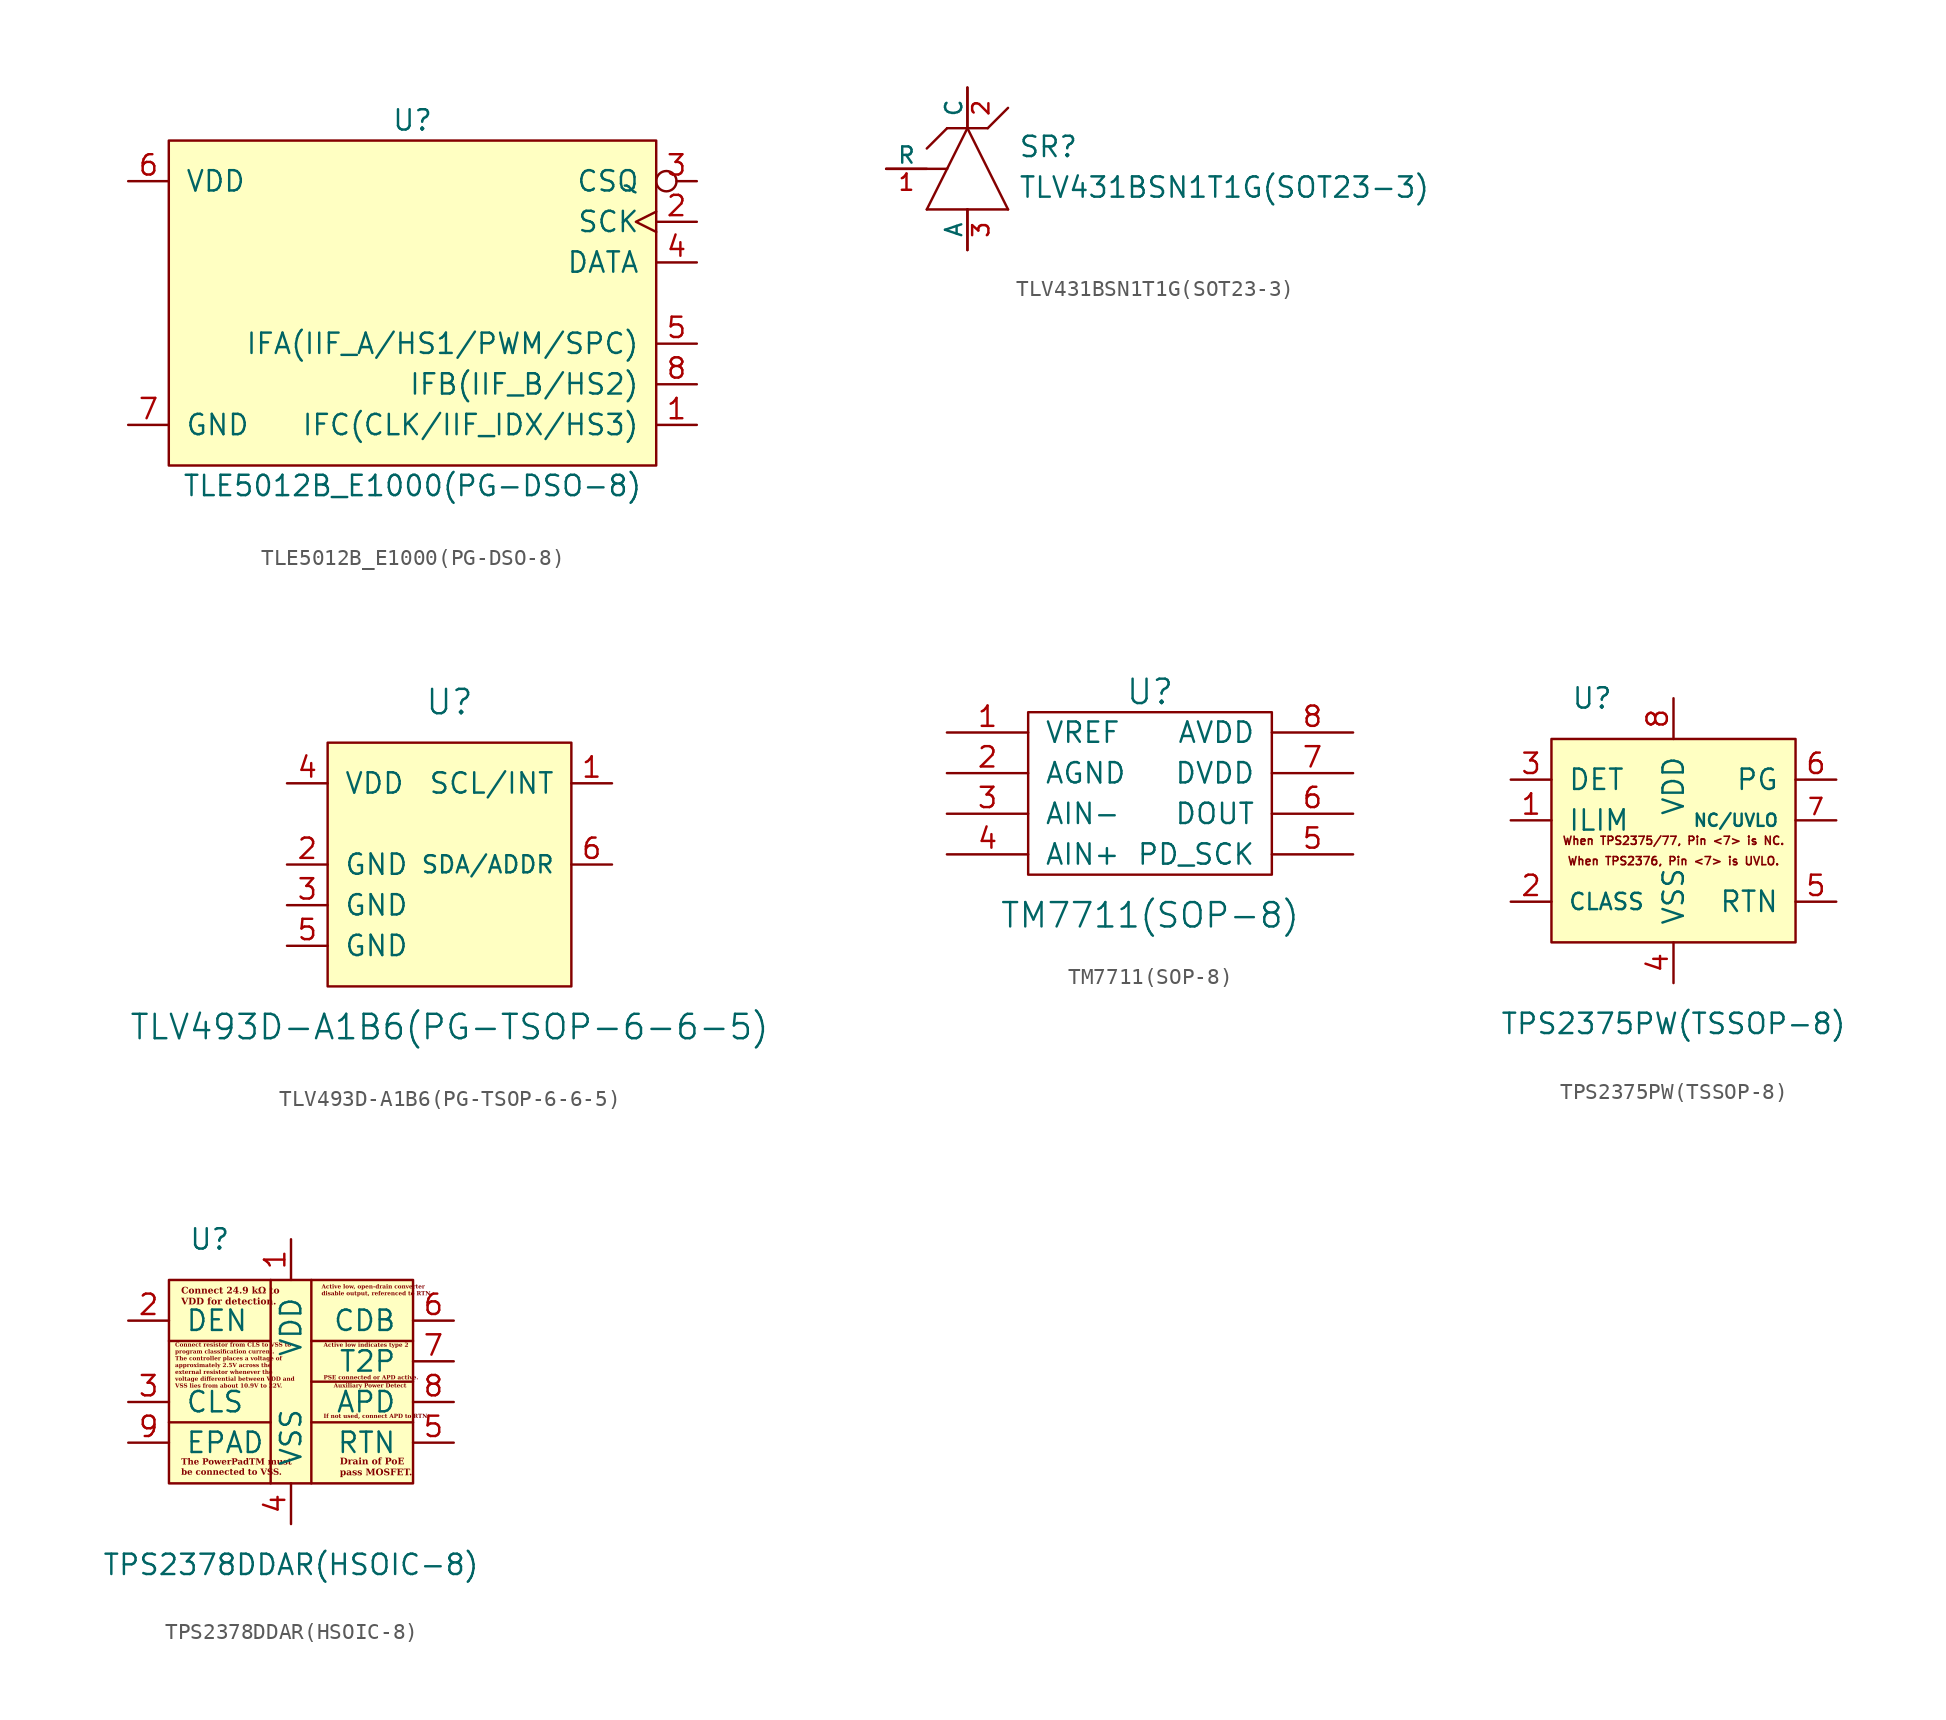
<source format=kicad_sym>
(kicad_symbol_lib
  (version 20220914)
  (generator kicad_symbol_editor)
  (symbol "TLE5012B_E1000(PG-DSO-8)"
    (pin_names
      (offset 1.016))
    (property "Reference" "U"
      (at 0 11.43 0)
      (effects (font (size 1.27 1.27))))
    (property "Value" "TLE5012B_E1000(PG-DSO-8)"
      (at 0 -11.43 0)
      (effects (font (size 1.27 1.27))))
    (symbol "TLE5012B_E1000(PG-DSO-8)_0_1"
      (rectangle (start -15.24 10.16) (end 15.24 -10.16) (stroke (width 0) (type solid)) (fill (type background))))
    (symbol "TLE5012B_E1000(PG-DSO-8)_1_1"
      (pin bidirectional line (at 17.78 -7.62 180) (length 2.54) (name "IFC(CLK/IIF_IDX/HS3)" (effects (font (size 1.27 1.27)))) (number "1" (effects (font (size 1.27 1.27)))))
      (pin input clock (at 17.78 5.08 180) (length 2.54) (name "SCK" (effects (font (size 1.27 1.27)))) (number "2" (effects (font (size 1.27 1.27)))))
      (pin input inverted (at 17.78 7.62 180) (length 2.54) (name "CSQ" (effects (font (size 1.27 1.27)))) (number "3" (effects (font (size 1.27 1.27)))))
      (pin bidirectional line (at 17.78 2.54 180) (length 2.54) (name "DATA" (effects (font (size 1.27 1.27)))) (number "4" (effects (font (size 1.27 1.27)))))
      (pin bidirectional line (at 17.78 -2.54 180) (length 2.54) (name "IFA(IIF_A/HS1/PWM/SPC)" (effects (font (size 1.27 1.27)))) (number "5" (effects (font (size 1.27 1.27)))))
      (pin power_in line (at -17.78 7.62 0) (length 2.54) (name "VDD" (effects (font (size 1.27 1.27)))) (number "6" (effects (font (size 1.27 1.27)))))
      (pin power_in line (at -17.78 -7.62 0) (length 2.54) (name "GND" (effects (font (size 1.27 1.27)))) (number "7" (effects (font (size 1.27 1.27)))))
      (pin output line (at 17.78 -5.08 180) (length 2.54) (name "IFB(IIF_B/HS2)" (effects (font (size 1.27 1.27)))) (number "8" (effects (font (size 1.27 1.27)))))))
  (symbol "TLV431BSN1T1G(SOT23-3)"
    (pin_names
      (offset 0))
    (property "Reference" "SR"
      (at 3.175 0.635 0)
      (effects (font (size 1.27 1.27)) (justify left bottom)))
    (property "Value" "TLV431BSN1T1G(SOT23-3)"
      (at 3.175 -1.905 0)
      (effects (font (size 1.27 1.27)) (justify left bottom)))
    (property "Datasheet" ""
      (at 0 0 0)
      (effects (font (size 1.524 1.524))))
    (symbol "TLV431BSN1T1G(SOT23-3)_1_0"
      (polyline (pts (xy -2.54 -2.54) (xy -1.27 0)) (stroke (width 0) (type solid)) (fill (type none)))
      (polyline (pts (xy -2.54 -2.54) (xy 0 -2.54)) (stroke (width 0) (type solid)) (fill (type none)))
      (polyline (pts (xy -1.27 0) (xy -5.08 0)) (stroke (width 0) (type solid)) (fill (type none)))
      (polyline (pts (xy -1.27 0) (xy 0 2.54)) (stroke (width 0) (type solid)) (fill (type none)))
      (polyline (pts (xy -1.27 2.54) (xy -2.54 1.27)) (stroke (width 0) (type solid)) (fill (type none)))
      (polyline (pts (xy -1.27 2.54) (xy 0 2.54)) (stroke (width 0) (type solid)) (fill (type none)))
      (polyline (pts (xy 0 -2.54) (xy 0 -5.08)) (stroke (width 0) (type solid)) (fill (type none)))
      (polyline (pts (xy 0 -2.54) (xy 2.54 -2.54)) (stroke (width 0) (type solid)) (fill (type none)))
      (polyline (pts (xy 0 2.54) (xy 1.27 2.54)) (stroke (width 0) (type solid)) (fill (type none)))
      (polyline (pts (xy 0 2.54) (xy 2.54 -2.54)) (stroke (width 0) (type solid)) (fill (type none)))
      (polyline (pts (xy 0 5.08) (xy 0 2.54)) (stroke (width 0) (type solid)) (fill (type none)))
      (polyline (pts (xy 1.27 2.54) (xy 2.54 3.81)) (stroke (width 0) (type solid)) (fill (type none))))
    (symbol "TLV431BSN1T1G(SOT23-3)_1_1"
      (pin input line (at -5.08 0 0) (length 2.54) (name "R" (effects (font (size 1.016 1.016)))) (number "1" (effects (font (size 1.016 1.016)))))
      (pin input line (at 0 5.08 270) (length 2.54) (name "C" (effects (font (size 1.016 1.016)))) (number "2" (effects (font (size 1.016 1.016)))))
      (pin input line (at 0 -5.08 90) (length 2.54) (name "A" (effects (font (size 1.016 1.016)))) (number "3" (effects (font (size 1.016 1.016)))))))
  (symbol "TLV493D-A1B6(PG-TSOP-6-6-5)"
    (pin_names
      (offset 1.016))
    (property "Reference" "U"
      (at 0 10.16 0)
      (effects (font (size 1.524 1.524))))
    (property "Value" "TLV493D-A1B6(PG-TSOP-6-6-5)"
      (at 0 -10.16 0)
      (effects (font (size 1.524 1.524))))
    (symbol "TLV493D-A1B6(PG-TSOP-6-6-5)_0_1"
      (rectangle (start -7.62 7.62) (end 7.62 -7.62) (stroke (width 0) (type solid)) (fill (type background))))
    (symbol "TLV493D-A1B6(PG-TSOP-6-6-5)_1_1"
      (pin bidirectional line (at 10.16 5.08 180) (length 2.54) (name "SCL/INT" (effects (font (size 1.27 1.27)))) (number "1" (effects (font (size 1.27 1.27)))))
      (pin power_in line (at -10.16 0 0) (length 2.54) (name "GND" (effects (font (size 1.27 1.27)))) (number "2" (effects (font (size 1.27 1.27)))))
      (pin power_in line (at -10.16 -2.54 0) (length 2.54) (name "GND" (effects (font (size 1.27 1.27)))) (number "3" (effects (font (size 1.27 1.27)))))
      (pin power_in line (at -10.16 5.08 0) (length 2.54) (name "VDD" (effects (font (size 1.27 1.27)))) (number "4" (effects (font (size 1.27 1.27)))))
      (pin power_in line (at -10.16 -5.08 0) (length 2.54) (name "GND" (effects (font (size 1.27 1.27)))) (number "5" (effects (font (size 1.27 1.27)))))
      (pin bidirectional line (at 10.16 0 180) (length 2.54) (name "SDA/ADDR" (effects (font (size 1.067 1.067)))) (number "6" (effects (font (size 1.27 1.27)))))))
  (symbol "TM7711(SOP-8)"
    (pin_names
      (offset 1.016))
    (property "Reference" "U"
      (at 0 6.35 0)
      (effects (font (size 1.524 1.524))))
    (property "Value" "TM7711(SOP-8)"
      (at 0 -7.62 0)
      (effects (font (size 1.524 1.524))))
    (symbol "TM7711(SOP-8)_0_1"
      (rectangle (start -7.62 5.08) (end 7.62 -5.08) (stroke (width 0) (type solid)) (fill (type none))))
    (symbol "TM7711(SOP-8)_1_1"
      (pin input line (at -12.7 3.81 0) (length 5.08) (name "VREF" (effects (font (size 1.27 1.27)))) (number "1" (effects (font (size 1.27 1.27)))))
      (pin power_in line (at -12.7 1.27 0) (length 5.08) (name "AGND" (effects (font (size 1.27 1.27)))) (number "2" (effects (font (size 1.27 1.27)))))
      (pin input line (at -12.7 -1.27 0) (length 5.08) (name "AIN-" (effects (font (size 1.27 1.27)))) (number "3" (effects (font (size 1.27 1.27)))))
      (pin input line (at -12.7 -3.81 0) (length 5.08) (name "AIN+" (effects (font (size 1.27 1.27)))) (number "4" (effects (font (size 1.27 1.27)))))
      (pin input line (at 12.7 -3.81 180) (length 5.08) (name "PD_SCK" (effects (font (size 1.27 1.27)))) (number "5" (effects (font (size 1.27 1.27)))))
      (pin output line (at 12.7 -1.27 180) (length 5.08) (name "DOUT" (effects (font (size 1.27 1.27)))) (number "6" (effects (font (size 1.27 1.27)))))
      (pin power_in line (at 12.7 1.27 180) (length 5.08) (name "DVDD" (effects (font (size 1.27 1.27)))) (number "7" (effects (font (size 1.27 1.27)))))
      (pin power_in line (at 12.7 3.81 180) (length 5.08) (name "AVDD" (effects (font (size 1.27 1.27)))) (number "8" (effects (font (size 1.27 1.27)))))))
  (symbol "TPS2375PW(TSSOP-8)"
    (pin_names
      (offset 1.016))
    (property "Reference" "U"
      (at -5.08 10.16 0)
      (effects (font (size 1.27 1.27))))
    (property "Value" "TPS2375PW(TSSOP-8)"
      (at 0 -10.16 0)
      (effects (font (size 1.27 1.27))))
    (symbol "TPS2375PW(TSSOP-8)_0_0"
      (text "When TPS2375/77, Pin <7> is NC." (at 0 1.27 0) (effects (font (size 0.508 0.508) bold)))
      (text "When TPS2376, Pin <7> is UVLO." (at 0 0 0) (effects (font (size 0.508 0.508) bold))))
    (symbol "TPS2375PW(TSSOP-8)_0_1"
      (rectangle (start -7.62 7.62) (end 7.62 -5.08) (stroke (width 0) (type solid)) (fill (type background))))
    (symbol "TPS2375PW(TSSOP-8)_1_1"
      (pin output line (at -10.16 2.54 0) (length 2.54) (name "ILIM" (effects (font (size 1.27 1.27)))) (number "1" (effects (font (size 1.27 1.27)))))
      (pin output line (at -10.16 -2.54 0) (length 2.54) (name "CLASS" (effects (font (size 1.016 1.016)))) (number "2" (effects (font (size 1.27 1.27)))))
      (pin output line (at -10.16 5.08 0) (length 2.54) (name "DET" (effects (font (size 1.27 1.27)))) (number "3" (effects (font (size 1.27 1.27)))))
      (pin power_in line (at 0 -7.62 90) (length 2.54) (name "VSS" (effects (font (size 1.27 1.27)))) (number "4" (effects (font (size 1.27 1.27)))))
      (pin power_out line (at 10.16 -2.54 180) (length 2.54) (name "RTN" (effects (font (size 1.27 1.27)))) (number "5" (effects (font (size 1.27 1.27)))))
      (pin open_collector line (at 10.16 5.08 180) (length 2.54) (name "PG" (effects (font (size 1.27 1.27)))) (number "6" (effects (font (size 1.27 1.27)))))
      (pin input line (at 10.16 2.54 180) (length 2.54) (name "NC/UVLO" (effects (font (size 0.762 0.762)))) (number "7" (effects (font (size 1.016 1.016)))))
      (pin power_in line (at 0 10.16 270) (length 2.54) (name "VDD" (effects (font (size 1.27 1.27)))) (number "8" (effects (font (size 1.27 1.27)))))))
  (symbol "TPS2378DDAR(HSOIC-8)"
    (pin_names
      (offset 1.016))
    (property "Reference" "U"
      (at -5.08 10.16 0)
      (effects (font (size 1.27 1.27))))
    (property "Value" "TPS2378DDAR(HSOIC-8)"
      (at 0 -10.16 0)
      (effects (font (size 1.27 1.27))))
    (symbol "TPS2378DDAR(HSOIC-8)_0_1"
      (rectangle (start -7.62 7.62) (end 7.62 -5.08) (stroke (width 0) (type solid)) (fill (type background))))
    (symbol "TPS2378DDAR(HSOIC-8)_1_1"
      (polyline (pts (xy -1.27 -1.27) (xy -7.62 -1.27)) (stroke (width 0) (type default)) (fill (type none)))
      (polyline (pts (xy -1.27 3.81) (xy -7.62 3.81)) (stroke (width 0) (type default)) (fill (type none)))
      (polyline (pts (xy -1.27 7.62) (xy -1.27 -5.08)) (stroke (width 0) (type default)) (fill (type none)))
      (polyline (pts (xy 1.27 7.62) (xy 1.27 -5.08)) (stroke (width 0) (type default)) (fill (type none)))
      (polyline (pts (xy 7.62 -1.27) (xy 1.27 -1.27)) (stroke (width 0) (type default)) (fill (type none)))
      (polyline (pts (xy 7.62 1.27) (xy 1.27 1.27)) (stroke (width 0) (type default)) (fill (type none)))
      (polyline (pts (xy 7.62 3.81) (xy 1.27 3.81)) (stroke (width 0) (type default)) (fill (type none)))
      (text " Auxiliary Power Detect" (at 2.54 1.016 0) (effects (font (face "Liberation Serif") (size 0.254 0.254) bold) (justify left)))
      (text "Active low indicates type 2 " (at 2.032 3.556 0) (effects (font (face "Liberation Serif") (size 0.254 0.254) bold) (justify left)))
      (text "Active low, open-drain converter \ndisable output, referenced to RTN." (at 1.905 6.985 0) (effects (font (face "Liberation Serif") (size 0.254 0.254) bold) (justify left)))
      (text "Connect 24.9 kΩ to \nVDD for detection." (at -6.858 6.604 0) (effects (font (face "Liberation Serif") (size 0.406 0.406) bold) (justify left)))
      (text "Connect resistor from CLS to VSS to \nprogram classification current.\nThe controller places a voltage of \napproximately 2.5V across the \nexternal resistor whenever the \nvoltage differential between VDD and \nVSS lies from about 10.9V to 22V." (at -7.239 2.286 0) (effects (font (face "Liberation Serif") (size 0.254 0.254) bold) (justify left)))
      (text "Drain of PoE \npass MOSFET." (at 3.048 -4.064 0) (effects (font (face "Liberation Serif") (size 0.406 0.406) bold) (justify left)))
      (text "If not used, connect APD to RTN." (at 2.032 -0.889 0) (effects (font (face "Liberation Serif") (size 0.254 0.254) bold) (justify left)))
      (text "PSE connected or APD active." (at 2.032 1.524 0) (effects (font (face "Liberation Serif") (size 0.254 0.254) bold) (justify left)))
      (text "The PowerPadTM must \nbe connected to VSS." (at -6.858 -4.064 0) (effects (font (face "Liberation Serif") (size 0.381 0.381) bold) (justify left)))
      (pin power_in line (at 0 10.16 270) (length 2.54) (name "VDD" (effects (font (size 1.27 1.27)))) (number "1" (effects (font (size 1.27 1.27)))))
      (pin bidirectional line (at -10.16 5.08 0) (length 2.54) (name "DEN" (effects (font (size 1.27 1.27)))) (number "2" (effects (font (size 1.27 1.27)))))
      (pin output line (at -10.16 0 0) (length 2.54) (name "CLS" (effects (font (size 1.27 1.27)))) (number "3" (effects (font (size 1.27 1.27)))))
      (pin power_in line (at 0 -7.62 90) (length 2.54) (name "VSS" (effects (font (size 1.27 1.27)))) (number "4" (effects (font (size 1.27 1.27)))))
      (pin power_out line (at 10.16 -2.54 180) (length 2.54) (name "RTN" (effects (font (size 1.27 1.27)))) (number "5" (effects (font (size 1.27 1.27)))))
      (pin open_collector line (at 10.16 5.08 180) (length 2.54) (name "CDB" (effects (font (size 1.27 1.27)))) (number "6" (effects (font (size 1.27 1.27)))))
      (pin open_collector line (at 10.16 2.54 180) (length 2.54) (name "T2P" (effects (font (size 1.27 1.27)))) (number "7" (effects (font (size 1.27 1.27)))))
      (pin input line (at 10.16 0 180) (length 2.54) (name "APD" (effects (font (size 1.27 1.27)))) (number "8" (effects (font (size 1.27 1.27)))))
      (pin power_in line (at -10.16 -2.54 0) (length 2.54) (name "EPAD" (effects (font (size 1.27 1.27)))) (number "9" (effects (font (size 1.27 1.27))))))))
</source>
